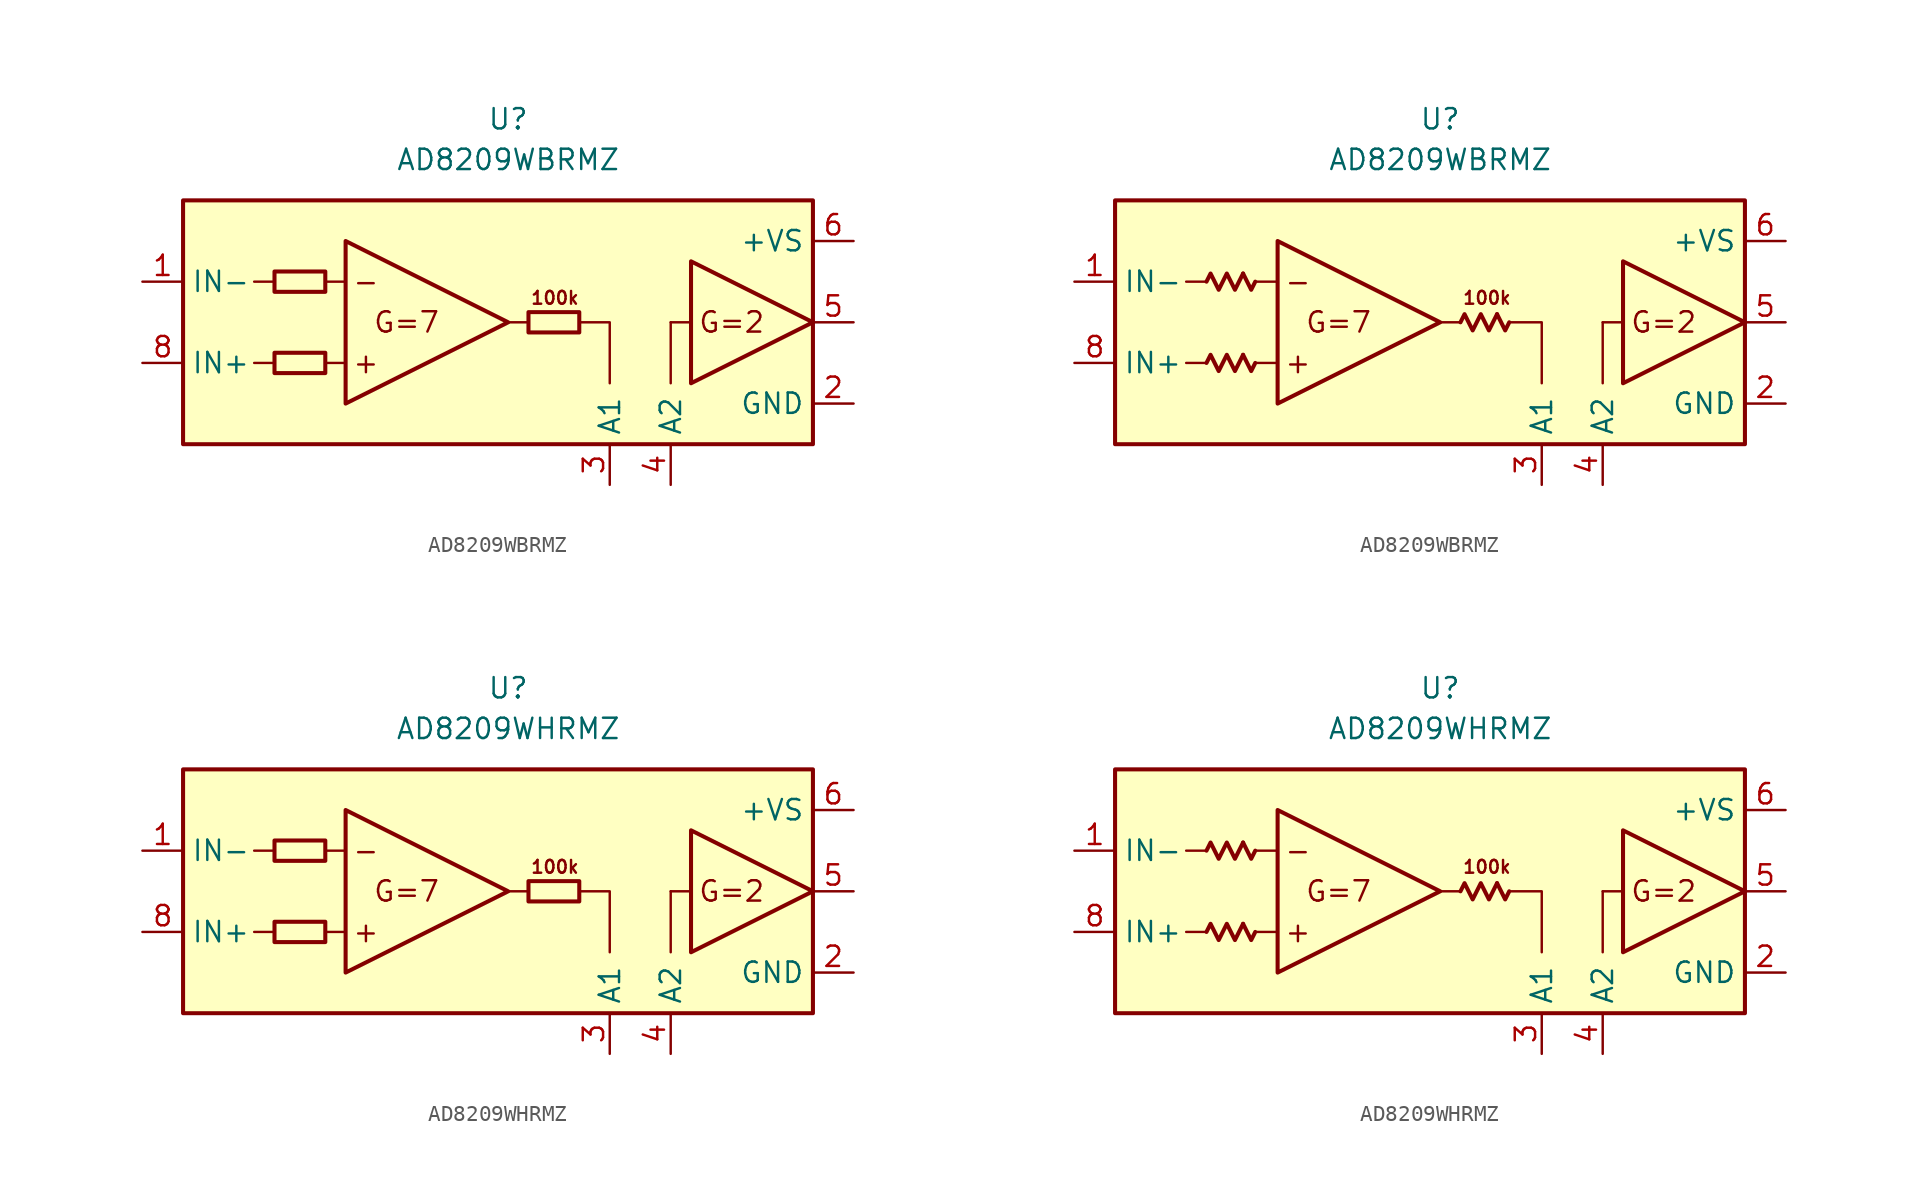
<source format=kicad_sym>
(kicad_symbol_lib
  (version 20231120)
  (generator "kicad_symbol_editor")
  (generator_version "8.0")
  (symbol "AD8209WBRMZ"
    (property "Reference" "U"
      (at 0 15.24 0)
      (effects (font (size 1.27 1.27))))
    (property "Value" "AD8209WBRMZ"
      (at 0 12.7 0)
      (effects (font (size 1.27 1.27))))
    (symbol "AD8209WBRMZ_0_0"
      (rectangle (start -20.32 10.16) (end 19.05 -5.08) (stroke (width 0.254) (type default)) (fill (type background)))
      (polyline (pts (xy -14.605 0) (xy -15.875 0)) (stroke (width 0.152) (type default)) (fill (type none)))
      (polyline (pts (xy -14.605 5.08) (xy -15.875 5.08)) (stroke (width 0.152) (type default)) (fill (type none)))
      (polyline (pts (xy -10.16 0) (xy -11.43 0)) (stroke (width 0.152) (type default)) (fill (type none)))
      (polyline (pts (xy -10.16 5.08) (xy -11.43 5.08)) (stroke (width 0.152) (type default)) (fill (type none)))
      (polyline (pts (xy 1.27 2.54) (xy 0 2.54)) (stroke (width 0.152) (type default)) (fill (type none)))
      (polyline (pts (xy 10.16 2.54) (xy 10.16 -1.27)) (stroke (width 0.152) (type default)) (fill (type none)))
      (polyline (pts (xy 11.43 2.54) (xy 10.16 2.54)) (stroke (width 0.152) (type default)) (fill (type none)))
      (polyline (pts (xy 4.445 2.54) (xy 6.35 2.54) (xy 6.35 -1.27)) (stroke (width 0.152) (type default)) (fill (type none)))
      (polyline (pts (xy -10.16 7.62) (xy -10.16 -2.54) (xy 0 2.54) (xy -10.16 7.62)) (stroke (width 0.254) (type default)) (fill (type none)))
      (polyline (pts (xy 11.43 6.35) (xy 11.43 -1.27) (xy 19.05 2.54) (xy 11.43 6.35)) (stroke (width 0.254) (type default)) (fill (type none)))
      (text "+" (at -8.89 0 0) (effects (font (size 1.27 1.27))))
      (text "-" (at -8.89 5.08 0) (effects (font (size 1.27 1.27))))
      (text "100k" (at 2.921 4.064 0) (effects (font (size 0.8 0.8))))
      (text "G=2" (at 13.97 2.54 0) (effects (font (size 1.27 1.27))))
      (text "G=7" (at -6.35 2.54 0) (effects (font (size 1.27 1.27)))))
    (symbol "AD8209WBRMZ_0_1"
      (rectangle (start -14.605 0.635) (end -11.43 -0.635) (stroke (width 0.254) (type default)) (fill (type none)))
      (rectangle (start -14.605 5.715) (end -11.43 4.445) (stroke (width 0.254) (type default)) (fill (type none)))
      (rectangle (start 1.27 3.175) (end 4.445 1.905) (stroke (width 0.254) (type default)) (fill (type none))))
    (symbol "AD8209WBRMZ_0_2"
      (polyline (pts (xy -12.319 0.508) (xy -11.811 -0.508) (xy -11.557 0)) (stroke (width 0.254) (type default)) (fill (type none)))
      (polyline (pts (xy -12.319 5.588) (xy -11.811 4.572) (xy -11.557 5.08)) (stroke (width 0.254) (type default)) (fill (type none)))
      (polyline (pts (xy 3.556 3.048) (xy 4.064 2.032) (xy 4.318 2.54)) (stroke (width 0.254) (type default)) (fill (type none)))
      (polyline (pts (xy -14.605 0) (xy -14.351 0.508) (xy -13.843 -0.508) (xy -13.335 0.508) (xy -12.827 -0.508) (xy -12.319 0.508)) (stroke (width 0.254) (type default)) (fill (type none)))
      (polyline (pts (xy -14.605 5.08) (xy -14.351 5.588) (xy -13.843 4.572) (xy -13.335 5.588) (xy -12.827 4.572) (xy -12.319 5.588)) (stroke (width 0.254) (type default)) (fill (type none)))
      (polyline (pts (xy 1.27 2.54) (xy 1.524 3.048) (xy 2.032 2.032) (xy 2.54 3.048) (xy 3.048 2.032) (xy 3.556 3.048)) (stroke (width 0.254) (type default)) (fill (type none))))
    (symbol "AD8209WBRMZ_1_1"
      (pin input line (at -22.86 5.08 0) (length 2.54) (name "IN-" (effects (font (size 1.27 1.27)))) (number "1" (effects (font (size 1.27 1.27)))))
      (pin power_in line (at 21.59 -2.54 180) (length 2.54) (name "GND" (effects (font (size 1.27 1.27)))) (number "2" (effects (font (size 1.27 1.27)))))
      (pin passive line (at 6.35 -7.62 90) (length 2.54) (name "A1" (effects (font (size 1.27 1.27)))) (number "3" (effects (font (size 1.27 1.27)))))
      (pin passive line (at 10.16 -7.62 90) (length 2.54) (name "A2" (effects (font (size 1.27 1.27)))) (number "4" (effects (font (size 1.27 1.27)))))
      (pin output line (at 21.59 2.54 180) (length 2.54) (name "~" (effects (font (size 1.27 1.27)))) (number "5" (effects (font (size 1.27 1.27)))))
      (pin power_in line (at 21.59 7.62 180) (length 2.54) (name "+VS" (effects (font (size 1.27 1.27)))) (number "6" (effects (font (size 1.27 1.27)))))
      (pin free line (at 1.27 -3.81 0) (length 2.54) hide (name "NC" (effects (font (size 1.27 1.27)))) (number "7" (effects (font (size 1.27 1.27)))))
      (pin input line (at -22.86 0 0) (length 2.54) (name "IN+" (effects (font (size 1.27 1.27)))) (number "8" (effects (font (size 1.27 1.27))))))
    (symbol "AD8209WBRMZ_1_2"
      (pin input line (at -22.86 5.08 0) (length 2.54) (name "IN-" (effects (font (size 1.27 1.27)))) (number "1" (effects (font (size 1.27 1.27)))))
      (pin power_in line (at 21.59 -2.54 180) (length 2.54) (name "GND" (effects (font (size 1.27 1.27)))) (number "2" (effects (font (size 1.27 1.27)))))
      (pin passive line (at 6.35 -7.62 90) (length 2.54) (name "A1" (effects (font (size 1.27 1.27)))) (number "3" (effects (font (size 1.27 1.27)))))
      (pin passive line (at 10.16 -7.62 90) (length 2.54) (name "A2" (effects (font (size 1.27 1.27)))) (number "4" (effects (font (size 1.27 1.27)))))
      (pin output line (at 21.59 2.54 180) (length 2.54) (name "~" (effects (font (size 1.27 1.27)))) (number "5" (effects (font (size 1.27 1.27)))))
      (pin power_in line (at 21.59 7.62 180) (length 2.54) (name "+VS" (effects (font (size 1.27 1.27)))) (number "6" (effects (font (size 1.27 1.27)))))
      (pin free line (at 1.27 -3.81 0) (length 2.54) hide (name "NC" (effects (font (size 1.27 1.27)))) (number "7" (effects (font (size 1.27 1.27)))))
      (pin input line (at -22.86 0 0) (length 2.54) (name "IN+" (effects (font (size 1.27 1.27)))) (number "8" (effects (font (size 1.27 1.27)))))))
  (symbol "AD8209WHRMZ"
    (property "Reference" "U"
      (at 0 15.24 0)
      (effects (font (size 1.27 1.27))))
    (property "Value" "AD8209WHRMZ"
      (at 0 12.7 0)
      (effects (font (size 1.27 1.27))))
    (symbol "AD8209WHRMZ_0_0"
      (rectangle (start -20.32 10.16) (end 19.05 -5.08) (stroke (width 0.254) (type default)) (fill (type background)))
      (polyline (pts (xy -14.605 0) (xy -15.875 0)) (stroke (width 0.152) (type default)) (fill (type none)))
      (polyline (pts (xy -14.605 5.08) (xy -15.875 5.08)) (stroke (width 0.152) (type default)) (fill (type none)))
      (polyline (pts (xy -10.16 0) (xy -11.43 0)) (stroke (width 0.152) (type default)) (fill (type none)))
      (polyline (pts (xy -10.16 5.08) (xy -11.43 5.08)) (stroke (width 0.152) (type default)) (fill (type none)))
      (polyline (pts (xy 1.27 2.54) (xy 0 2.54)) (stroke (width 0.152) (type default)) (fill (type none)))
      (polyline (pts (xy 10.16 2.54) (xy 10.16 -1.27)) (stroke (width 0.152) (type default)) (fill (type none)))
      (polyline (pts (xy 11.43 2.54) (xy 10.16 2.54)) (stroke (width 0.152) (type default)) (fill (type none)))
      (polyline (pts (xy 4.445 2.54) (xy 6.35 2.54) (xy 6.35 -1.27)) (stroke (width 0.152) (type default)) (fill (type none)))
      (polyline (pts (xy -10.16 7.62) (xy -10.16 -2.54) (xy 0 2.54) (xy -10.16 7.62)) (stroke (width 0.254) (type default)) (fill (type none)))
      (polyline (pts (xy 11.43 6.35) (xy 11.43 -1.27) (xy 19.05 2.54) (xy 11.43 6.35)) (stroke (width 0.254) (type default)) (fill (type none)))
      (text "+" (at -8.89 0 0) (effects (font (size 1.27 1.27))))
      (text "-" (at -8.89 5.08 0) (effects (font (size 1.27 1.27))))
      (text "100k" (at 2.921 4.064 0) (effects (font (size 0.8 0.8))))
      (text "G=2" (at 13.97 2.54 0) (effects (font (size 1.27 1.27))))
      (text "G=7" (at -6.35 2.54 0) (effects (font (size 1.27 1.27)))))
    (symbol "AD8209WHRMZ_0_1"
      (rectangle (start -14.605 0.635) (end -11.43 -0.635) (stroke (width 0.254) (type default)) (fill (type none)))
      (rectangle (start -14.605 5.715) (end -11.43 4.445) (stroke (width 0.254) (type default)) (fill (type none)))
      (rectangle (start 1.27 3.175) (end 4.445 1.905) (stroke (width 0.254) (type default)) (fill (type none))))
    (symbol "AD8209WHRMZ_0_2"
      (polyline (pts (xy -12.319 0.508) (xy -11.811 -0.508) (xy -11.557 0)) (stroke (width 0.254) (type default)) (fill (type none)))
      (polyline (pts (xy -12.319 5.588) (xy -11.811 4.572) (xy -11.557 5.08)) (stroke (width 0.254) (type default)) (fill (type none)))
      (polyline (pts (xy 3.556 3.048) (xy 4.064 2.032) (xy 4.318 2.54)) (stroke (width 0.254) (type default)) (fill (type none)))
      (polyline (pts (xy -14.605 0) (xy -14.351 0.508) (xy -13.843 -0.508) (xy -13.335 0.508) (xy -12.827 -0.508) (xy -12.319 0.508)) (stroke (width 0.254) (type default)) (fill (type none)))
      (polyline (pts (xy -14.605 5.08) (xy -14.351 5.588) (xy -13.843 4.572) (xy -13.335 5.588) (xy -12.827 4.572) (xy -12.319 5.588)) (stroke (width 0.254) (type default)) (fill (type none)))
      (polyline (pts (xy 1.27 2.54) (xy 1.524 3.048) (xy 2.032 2.032) (xy 2.54 3.048) (xy 3.048 2.032) (xy 3.556 3.048)) (stroke (width 0.254) (type default)) (fill (type none))))
    (symbol "AD8209WHRMZ_1_1"
      (pin input line (at -22.86 5.08 0) (length 2.54) (name "IN-" (effects (font (size 1.27 1.27)))) (number "1" (effects (font (size 1.27 1.27)))))
      (pin power_in line (at 21.59 -2.54 180) (length 2.54) (name "GND" (effects (font (size 1.27 1.27)))) (number "2" (effects (font (size 1.27 1.27)))))
      (pin passive line (at 6.35 -7.62 90) (length 2.54) (name "A1" (effects (font (size 1.27 1.27)))) (number "3" (effects (font (size 1.27 1.27)))))
      (pin passive line (at 10.16 -7.62 90) (length 2.54) (name "A2" (effects (font (size 1.27 1.27)))) (number "4" (effects (font (size 1.27 1.27)))))
      (pin output line (at 21.59 2.54 180) (length 2.54) (name "~" (effects (font (size 1.27 1.27)))) (number "5" (effects (font (size 1.27 1.27)))))
      (pin power_in line (at 21.59 7.62 180) (length 2.54) (name "+VS" (effects (font (size 1.27 1.27)))) (number "6" (effects (font (size 1.27 1.27)))))
      (pin free line (at 1.27 -3.81 0) (length 2.54) hide (name "NC" (effects (font (size 1.27 1.27)))) (number "7" (effects (font (size 1.27 1.27)))))
      (pin input line (at -22.86 0 0) (length 2.54) (name "IN+" (effects (font (size 1.27 1.27)))) (number "8" (effects (font (size 1.27 1.27))))))
    (symbol "AD8209WHRMZ_1_2"
      (pin input line (at -22.86 5.08 0) (length 2.54) (name "IN-" (effects (font (size 1.27 1.27)))) (number "1" (effects (font (size 1.27 1.27)))))
      (pin power_in line (at 21.59 -2.54 180) (length 2.54) (name "GND" (effects (font (size 1.27 1.27)))) (number "2" (effects (font (size 1.27 1.27)))))
      (pin passive line (at 6.35 -7.62 90) (length 2.54) (name "A1" (effects (font (size 1.27 1.27)))) (number "3" (effects (font (size 1.27 1.27)))))
      (pin passive line (at 10.16 -7.62 90) (length 2.54) (name "A2" (effects (font (size 1.27 1.27)))) (number "4" (effects (font (size 1.27 1.27)))))
      (pin output line (at 21.59 2.54 180) (length 2.54) (name "~" (effects (font (size 1.27 1.27)))) (number "5" (effects (font (size 1.27 1.27)))))
      (pin power_in line (at 21.59 7.62 180) (length 2.54) (name "+VS" (effects (font (size 1.27 1.27)))) (number "6" (effects (font (size 1.27 1.27)))))
      (pin free line (at 1.27 -3.81 0) (length 2.54) hide (name "NC" (effects (font (size 1.27 1.27)))) (number "7" (effects (font (size 1.27 1.27)))))
      (pin input line (at -22.86 0 0) (length 2.54) (name "IN+" (effects (font (size 1.27 1.27)))) (number "8" (effects (font (size 1.27 1.27))))))))
</source>
